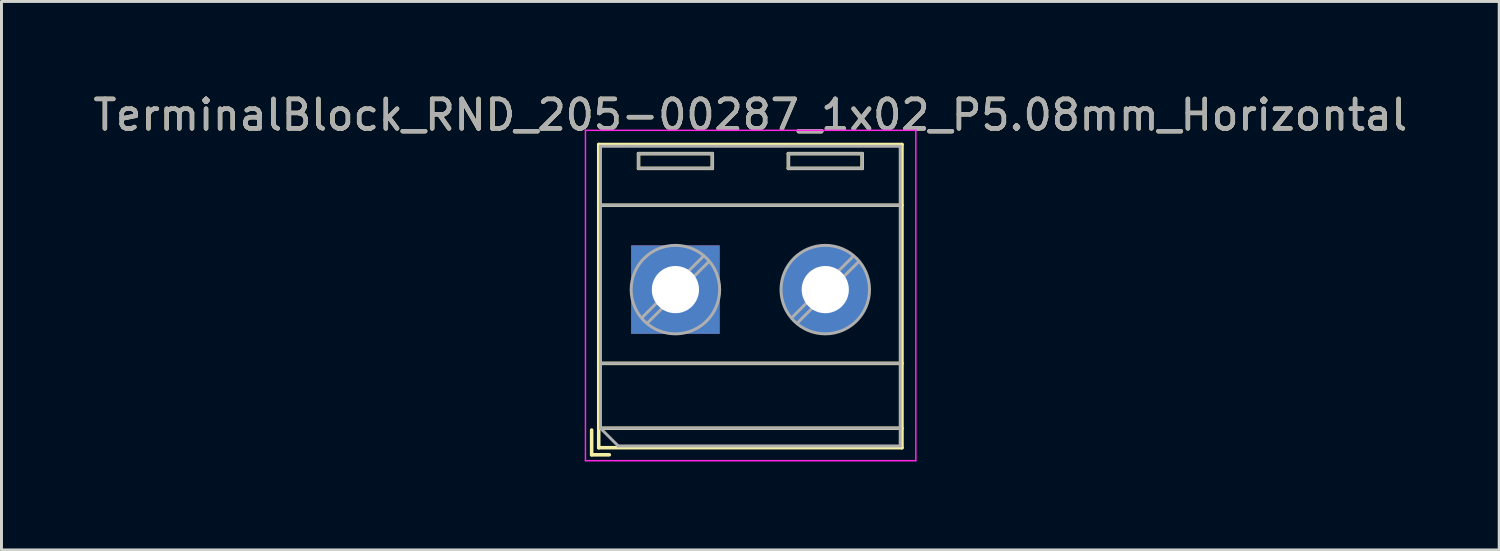
<source format=kicad_pcb>
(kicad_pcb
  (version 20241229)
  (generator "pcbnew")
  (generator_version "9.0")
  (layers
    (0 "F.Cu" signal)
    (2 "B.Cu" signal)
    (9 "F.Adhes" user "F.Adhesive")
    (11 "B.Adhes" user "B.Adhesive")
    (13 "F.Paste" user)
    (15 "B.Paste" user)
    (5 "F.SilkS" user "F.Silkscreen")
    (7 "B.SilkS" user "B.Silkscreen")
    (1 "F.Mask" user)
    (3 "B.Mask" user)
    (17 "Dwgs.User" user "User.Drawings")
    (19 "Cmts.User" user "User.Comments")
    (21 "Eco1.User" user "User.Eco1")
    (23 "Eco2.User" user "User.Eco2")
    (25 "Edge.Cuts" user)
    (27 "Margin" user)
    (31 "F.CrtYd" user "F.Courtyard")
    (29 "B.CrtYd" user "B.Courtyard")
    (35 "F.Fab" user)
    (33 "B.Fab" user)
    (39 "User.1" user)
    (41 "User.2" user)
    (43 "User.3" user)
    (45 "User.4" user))
  (footprint "TerminalBlock_RND_205-00287_1x02_P5.08mm_Horizontal"
    (layer "F.Cu")
    (at 19.847 6.768)
    (property "Reference" "TerminalBlock_RND_205-00287_1x02_P5.08mm_Horizontal" (at 2.54 -5.92 0) (layer "F.SilkS") (effects (font (size 1 1) (thickness 0.15))))
    (attr through_hole)
    (fp_line (start -2.84 4.76) (end -2.84 5.6) (stroke (width 0.12) (type solid)) (layer "F.SilkS"))
    (fp_line (start -2.84 5.6) (end -2.24 5.6) (stroke (width 0.12) (type solid)) (layer "F.SilkS"))
    (fp_line (start -2.6 -4.92) (end -2.6 5.36) (stroke (width 0.12) (type solid)) (layer "F.SilkS"))
    (fp_line (start -2.6 -4.92) (end 7.68 -4.92) (stroke (width 0.12) (type solid)) (layer "F.SilkS"))
    (fp_line (start -2.6 -2.861) (end 7.68 -2.861) (stroke (width 0.12) (type solid)) (layer "F.SilkS"))
    (fp_line (start -2.6 2.5) (end 7.68 2.5) (stroke (width 0.12) (type solid)) (layer "F.SilkS"))
    (fp_line (start -2.6 4.7) (end 7.68 4.7) (stroke (width 0.12) (type solid)) (layer "F.SilkS"))
    (fp_line (start -2.6 5.36) (end 7.68 5.36) (stroke (width 0.12) (type solid)) (layer "F.SilkS"))
    (fp_line (start -1.25 -4.61) (end -1.25 -4.11) (stroke (width 0.12) (type solid)) (layer "F.SilkS"))
    (fp_line (start -1.25 -4.61) (end 1.25 -4.61) (stroke (width 0.12) (type solid)) (layer "F.SilkS"))
    (fp_line (start -1.25 -4.11) (end 1.25 -4.11) (stroke (width 0.12) (type solid)) (layer "F.SilkS"))
    (fp_line (start 1.25 -4.61) (end 1.25 -4.11) (stroke (width 0.12) (type solid)) (layer "F.SilkS"))
    (fp_line (start 3.83 -4.61) (end 3.83 -4.11) (stroke (width 0.12) (type solid)) (layer "F.SilkS"))
    (fp_line (start 3.83 -4.61) (end 6.33 -4.61) (stroke (width 0.12) (type solid)) (layer "F.SilkS"))
    (fp_line (start 3.83 -4.11) (end 6.33 -4.11) (stroke (width 0.12) (type solid)) (layer "F.SilkS"))
    (fp_line (start 6.33 -4.61) (end 6.33 -4.11) (stroke (width 0.12) (type solid)) (layer "F.SilkS"))
    (fp_line (start 7.68 -4.92) (end 7.68 5.36) (stroke (width 0.12) (type solid)) (layer "F.SilkS"))
    (fp_line (start -3.05 -5.4) (end -3.05 5.8) (stroke (width 0.05) (type solid)) (layer "F.CrtYd"))
    (fp_line (start -3.05 5.8) (end 8.15 5.8) (stroke (width 0.05) (type solid)) (layer "F.CrtYd"))
    (fp_line (start 8.15 -5.4) (end -3.05 -5.4) (stroke (width 0.05) (type solid)) (layer "F.CrtYd"))
    (fp_line (start 8.15 5.8) (end 8.15 -5.4) (stroke (width 0.05) (type solid)) (layer "F.CrtYd"))
    (fp_line (start -2.54 -4.86) (end 7.62 -4.86) (stroke (width 0.1) (type solid)) (layer "F.Fab"))
    (fp_line (start -2.54 -2.86) (end 7.62 -2.86) (stroke (width 0.1) (type solid)) (layer "F.Fab"))
    (fp_line (start -2.54 2.5) (end 7.62 2.5) (stroke (width 0.1) (type solid)) (layer "F.Fab"))
    (fp_line (start -2.54 4.7) (end -2.54 -4.86) (stroke (width 0.1) (type solid)) (layer "F.Fab"))
    (fp_line (start -2.54 4.7) (end 7.62 4.7) (stroke (width 0.1) (type solid)) (layer "F.Fab"))
    (fp_line (start -1.94 5.3) (end -2.54 4.7) (stroke (width 0.1) (type solid)) (layer "F.Fab"))
    (fp_line (start -1.25 -4.61) (end -1.25 -4.11) (stroke (width 0.1) (type solid)) (layer "F.Fab"))
    (fp_line (start -1.25 -4.11) (end 1.25 -4.11) (stroke (width 0.1) (type solid)) (layer "F.Fab"))
    (fp_line (start 0.955 -1.138) (end -1.138 0.955) (stroke (width 0.1) (type solid)) (layer "F.Fab"))
    (fp_line (start 1.138 -0.955) (end -0.955 1.138) (stroke (width 0.1) (type solid)) (layer "F.Fab"))
    (fp_line (start 1.25 -4.61) (end -1.25 -4.61) (stroke (width 0.1) (type solid)) (layer "F.Fab"))
    (fp_line (start 1.25 -4.11) (end 1.25 -4.61) (stroke (width 0.1) (type solid)) (layer "F.Fab"))
    (fp_line (start 3.83 -4.61) (end 3.83 -4.11) (stroke (width 0.1) (type solid)) (layer "F.Fab"))
    (fp_line (start 3.83 -4.11) (end 6.33 -4.11) (stroke (width 0.1) (type solid)) (layer "F.Fab"))
    (fp_line (start 6.035 -1.138) (end 3.943 0.955) (stroke (width 0.1) (type solid)) (layer "F.Fab"))
    (fp_line (start 6.218 -0.955) (end 4.126 1.138) (stroke (width 0.1) (type solid)) (layer "F.Fab"))
    (fp_line (start 6.33 -4.61) (end 3.83 -4.61) (stroke (width 0.1) (type solid)) (layer "F.Fab"))
    (fp_line (start 6.33 -4.11) (end 6.33 -4.61) (stroke (width 0.1) (type solid)) (layer "F.Fab"))
    (fp_line (start 7.62 -4.86) (end 7.62 5.3) (stroke (width 0.1) (type solid)) (layer "F.Fab"))
    (fp_line (start 7.62 5.3) (end -1.94 5.3) (stroke (width 0.1) (type solid)) (layer "F.Fab"))
    (fp_circle (center 0 0) (end 1.5 0) (stroke (width 0.1) (type solid)) (fill no) (layer "F.Fab"))
    (fp_circle (center 5.08 0) (end 6.58 0) (stroke (width 0.1) (type solid)) (fill no) (layer "F.Fab"))
    (fp_text user "${REFERENCE}" (at 2.54 -5.92 0) (layer "F.Fab") (effects (font (size 1 1) (thickness 0.15))))
    (pad "1" thru_hole rect (at 0 0) (size 3 3) (drill 1.6) (layers "*.Cu" "*.Mask"))
    (pad "2" thru_hole circle (at 5.08 0) (size 3 3) (drill 1.6) (layers "*.Cu" "*.Mask")))
  (gr_rect
    (start -3 -3)
    (end 47.774 15.593)
    (stroke (width 0.1) (type default))
    (fill no)
    (layer "Edge.Cuts")))
</source>
